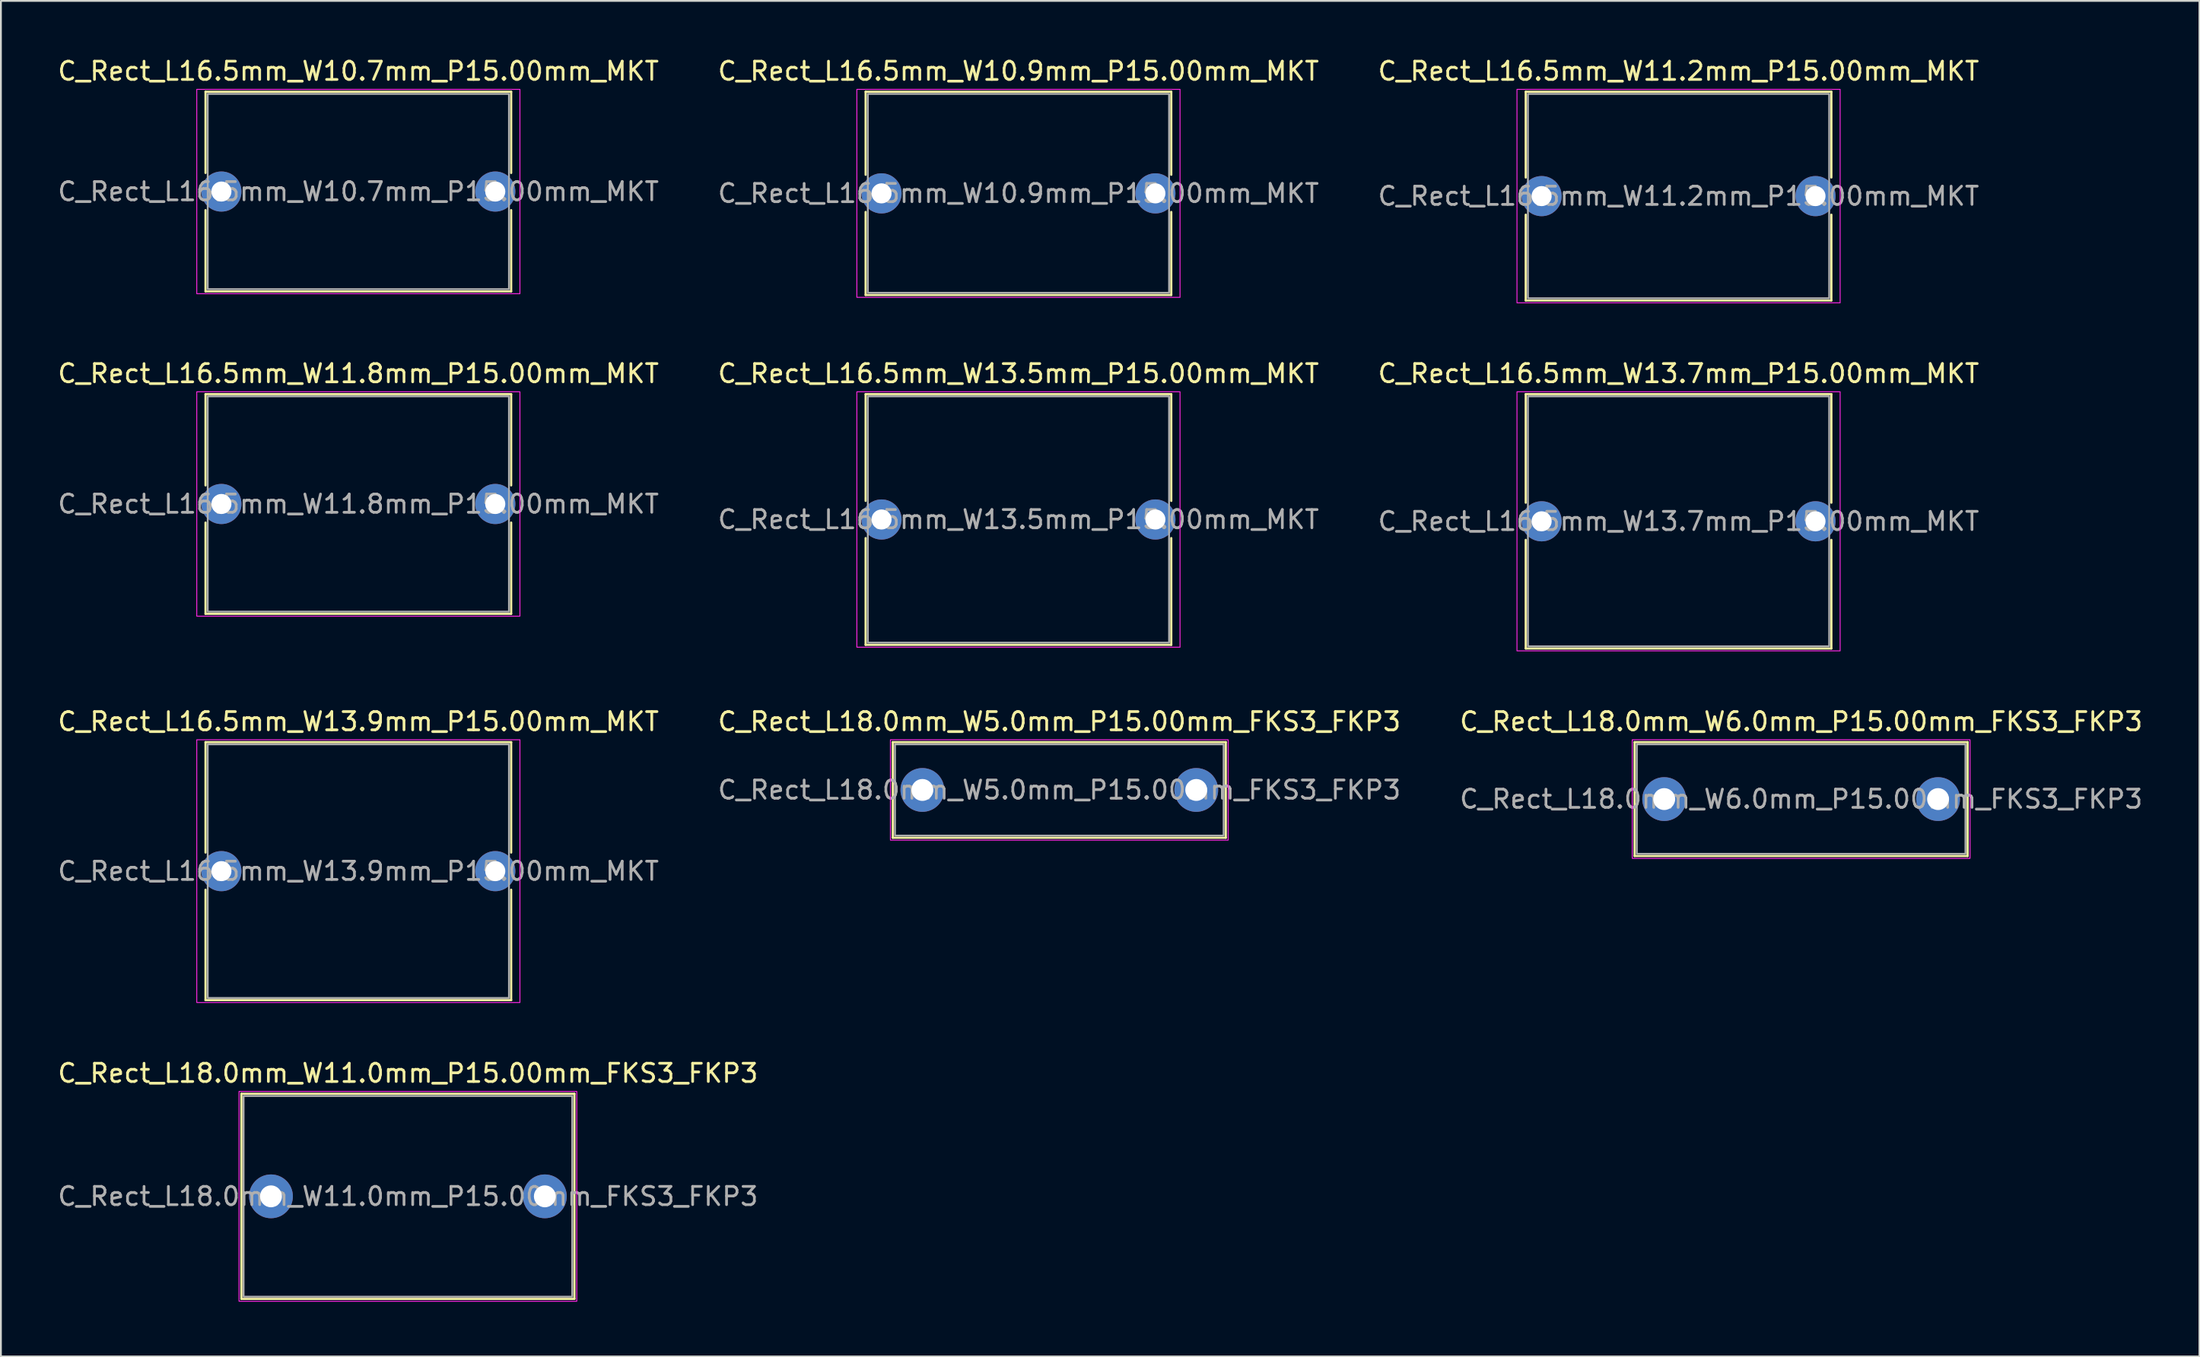
<source format=kicad_pcb>
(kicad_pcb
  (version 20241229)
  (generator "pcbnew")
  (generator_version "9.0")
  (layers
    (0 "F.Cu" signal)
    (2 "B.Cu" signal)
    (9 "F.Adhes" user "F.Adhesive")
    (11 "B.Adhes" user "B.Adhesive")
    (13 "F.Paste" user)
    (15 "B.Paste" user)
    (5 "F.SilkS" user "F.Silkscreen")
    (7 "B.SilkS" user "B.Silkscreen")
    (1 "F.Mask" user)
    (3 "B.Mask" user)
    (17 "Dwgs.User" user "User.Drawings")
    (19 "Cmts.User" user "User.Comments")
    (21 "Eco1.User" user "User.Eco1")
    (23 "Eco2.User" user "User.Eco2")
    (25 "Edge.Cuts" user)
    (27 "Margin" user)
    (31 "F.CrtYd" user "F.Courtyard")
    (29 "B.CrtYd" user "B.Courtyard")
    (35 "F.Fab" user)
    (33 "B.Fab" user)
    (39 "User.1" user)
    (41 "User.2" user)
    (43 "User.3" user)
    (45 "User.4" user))
  (footprint "C_Rect_L16.5mm_W11.8mm_P15.00mm_MKT"
    (layer "F.Cu")
    (at 9.077 24.572)
    (property "Reference" "C_Rect_L16.5mm_W11.8mm_P15.00mm_MKT" (at 7.5 -7.15 0) (layer "F.SilkS") (effects (font (size 1 1) (thickness 0.15))))
    (attr through_hole)
    (fp_line (start -0.87 -6.02) (end 15.87 -6.02) (stroke (width 0.12) (type solid)) (layer "F.SilkS"))
    (fp_line (start -0.87 -1.019) (end -0.87 -6.02) (stroke (width 0.12) (type solid)) (layer "F.SilkS"))
    (fp_line (start -0.87 6.02) (end -0.87 1.019) (stroke (width 0.12) (type solid)) (layer "F.SilkS"))
    (fp_line (start 15.87 -6.02) (end 15.87 -1.019) (stroke (width 0.12) (type solid)) (layer "F.SilkS"))
    (fp_line (start 15.87 1.019) (end 15.87 6.02) (stroke (width 0.12) (type solid)) (layer "F.SilkS"))
    (fp_line (start 15.87 6.02) (end -0.87 6.02) (stroke (width 0.12) (type solid)) (layer "F.SilkS"))
    (fp_rect (start -1.35 -6.15) (end 16.35 6.15) (stroke (width 0.05) (type solid)) (fill no) (layer "F.CrtYd"))
    (fp_rect (start -0.75 -5.9) (end 15.75 5.9) (stroke (width 0.1) (type solid)) (fill no) (layer "F.Fab"))
    (fp_text user "${REFERENCE}" (at 7.5 0 0) (layer "F.Fab") (effects (font (size 1 1) (thickness 0.15))))
    (pad "1" thru_hole circle (at 0 0) (size 2.2 2.2) (drill 1.1) (layers "*.Cu" "*.Mask"))
    (pad "2" thru_hole circle (at 15 0) (size 2.2 2.2) (drill 1.1) (layers "*.Cu" "*.Mask")))
  (footprint "C_Rect_L18.0mm_W6.0mm_P15.00mm_FKS3_FKP3"
    (layer "F.Cu")
    (at 88.101 40.745)
    (property "Reference" "C_Rect_L18.0mm_W6.0mm_P15.00mm_FKS3_FKP3" (at 7.5 -4.25 0) (layer "F.SilkS") (effects (font (size 1 1) (thickness 0.15))))
    (attr through_hole)
    (fp_line (start -1.62 -3.12) (end 16.62 -3.12) (stroke (width 0.12) (type solid)) (layer "F.SilkS"))
    (fp_line (start -1.62 3.12) (end -1.62 -3.12) (stroke (width 0.12) (type solid)) (layer "F.SilkS"))
    (fp_line (start 16.62 -3.12) (end 16.62 3.12) (stroke (width 0.12) (type solid)) (layer "F.SilkS"))
    (fp_line (start 16.62 3.12) (end -1.62 3.12) (stroke (width 0.12) (type solid)) (layer "F.SilkS"))
    (fp_rect (start -1.75 -3.25) (end 16.75 3.25) (stroke (width 0.05) (type solid)) (fill no) (layer "F.CrtYd"))
    (fp_rect (start -1.5 -3) (end 16.5 3) (stroke (width 0.1) (type solid)) (fill no) (layer "F.Fab"))
    (fp_text user "${REFERENCE}" (at 7.5 0 0) (layer "F.Fab") (effects (font (size 1 1) (thickness 0.15))))
    (pad "1" thru_hole circle (at 0 0) (size 2.4 2.4) (drill 1.2) (layers "*.Cu" "*.Mask"))
    (pad "2" thru_hole circle (at 15 0) (size 2.4 2.4) (drill 1.2) (layers "*.Cu" "*.Mask")))
  (footprint "C_Rect_L16.5mm_W13.9mm_P15.00mm_MKT"
    (layer "F.Cu")
    (at 9.077 44.695)
    (property "Reference" "C_Rect_L16.5mm_W13.9mm_P15.00mm_MKT" (at 7.5 -8.2 0) (layer "F.SilkS") (effects (font (size 1 1) (thickness 0.15))))
    (attr through_hole)
    (fp_line (start -0.87 -7.07) (end 15.87 -7.07) (stroke (width 0.12) (type solid)) (layer "F.SilkS"))
    (fp_line (start -0.87 -1.019) (end -0.87 -7.07) (stroke (width 0.12) (type solid)) (layer "F.SilkS"))
    (fp_line (start -0.87 7.07) (end -0.87 1.019) (stroke (width 0.12) (type solid)) (layer "F.SilkS"))
    (fp_line (start 15.87 -7.07) (end 15.87 -1.019) (stroke (width 0.12) (type solid)) (layer "F.SilkS"))
    (fp_line (start 15.87 1.019) (end 15.87 7.07) (stroke (width 0.12) (type solid)) (layer "F.SilkS"))
    (fp_line (start 15.87 7.07) (end -0.87 7.07) (stroke (width 0.12) (type solid)) (layer "F.SilkS"))
    (fp_rect (start -1.35 -7.2) (end 16.35 7.2) (stroke (width 0.05) (type solid)) (fill no) (layer "F.CrtYd"))
    (fp_rect (start -0.75 -6.95) (end 15.75 6.95) (stroke (width 0.1) (type solid)) (fill no) (layer "F.Fab"))
    (fp_text user "${REFERENCE}" (at 7.5 0 0) (layer "F.Fab") (effects (font (size 1 1) (thickness 0.15))))
    (pad "1" thru_hole circle (at 0 0) (size 2.2 2.2) (drill 1.1) (layers "*.Cu" "*.Mask"))
    (pad "2" thru_hole circle (at 15 0) (size 2.2 2.2) (drill 1.1) (layers "*.Cu" "*.Mask")))
  (footprint "C_Rect_L16.5mm_W10.7mm_P15.00mm_MKT"
    (layer "F.Cu")
    (at 9.077 7.448)
    (property "Reference" "C_Rect_L16.5mm_W10.7mm_P15.00mm_MKT" (at 7.5 -6.6 0) (layer "F.SilkS") (effects (font (size 1 1) (thickness 0.15))))
    (attr through_hole)
    (fp_line (start -0.87 -5.47) (end 15.87 -5.47) (stroke (width 0.12) (type solid)) (layer "F.SilkS"))
    (fp_line (start -0.87 -1.019) (end -0.87 -5.47) (stroke (width 0.12) (type solid)) (layer "F.SilkS"))
    (fp_line (start -0.87 5.47) (end -0.87 1.019) (stroke (width 0.12) (type solid)) (layer "F.SilkS"))
    (fp_line (start 15.87 -5.47) (end 15.87 -1.019) (stroke (width 0.12) (type solid)) (layer "F.SilkS"))
    (fp_line (start 15.87 1.019) (end 15.87 5.47) (stroke (width 0.12) (type solid)) (layer "F.SilkS"))
    (fp_line (start 15.87 5.47) (end -0.87 5.47) (stroke (width 0.12) (type solid)) (layer "F.SilkS"))
    (fp_rect (start -1.35 -5.6) (end 16.35 5.6) (stroke (width 0.05) (type solid)) (fill no) (layer "F.CrtYd"))
    (fp_rect (start -0.75 -5.35) (end 15.75 5.35) (stroke (width 0.1) (type solid)) (fill no) (layer "F.Fab"))
    (fp_text user "${REFERENCE}" (at 7.5 0 0) (layer "F.Fab") (effects (font (size 1 1) (thickness 0.15))))
    (pad "1" thru_hole circle (at 0 0) (size 2.2 2.2) (drill 1.1) (layers "*.Cu" "*.Mask"))
    (pad "2" thru_hole circle (at 15 0) (size 2.2 2.2) (drill 1.1) (layers "*.Cu" "*.Mask")))
  (footprint "C_Rect_L16.5mm_W10.9mm_P15.00mm_MKT"
    (layer "F.Cu")
    (at 45.232 7.548)
    (property "Reference" "C_Rect_L16.5mm_W10.9mm_P15.00mm_MKT" (at 7.5 -6.7 0) (layer "F.SilkS") (effects (font (size 1 1) (thickness 0.15))))
    (attr through_hole)
    (fp_line (start -0.87 -5.57) (end 15.87 -5.57) (stroke (width 0.12) (type solid)) (layer "F.SilkS"))
    (fp_line (start -0.87 -1.019) (end -0.87 -5.57) (stroke (width 0.12) (type solid)) (layer "F.SilkS"))
    (fp_line (start -0.87 5.57) (end -0.87 1.019) (stroke (width 0.12) (type solid)) (layer "F.SilkS"))
    (fp_line (start 15.87 -5.57) (end 15.87 -1.019) (stroke (width 0.12) (type solid)) (layer "F.SilkS"))
    (fp_line (start 15.87 1.019) (end 15.87 5.57) (stroke (width 0.12) (type solid)) (layer "F.SilkS"))
    (fp_line (start 15.87 5.57) (end -0.87 5.57) (stroke (width 0.12) (type solid)) (layer "F.SilkS"))
    (fp_rect (start -1.35 -5.7) (end 16.35 5.7) (stroke (width 0.05) (type solid)) (fill no) (layer "F.CrtYd"))
    (fp_rect (start -0.75 -5.45) (end 15.75 5.45) (stroke (width 0.1) (type solid)) (fill no) (layer "F.Fab"))
    (fp_text user "${REFERENCE}" (at 7.5 0 0) (layer "F.Fab") (effects (font (size 1 1) (thickness 0.15))))
    (pad "1" thru_hole circle (at 0 0) (size 2.2 2.2) (drill 1.1) (layers "*.Cu" "*.Mask"))
    (pad "2" thru_hole circle (at 15 0) (size 2.2 2.2) (drill 1.1) (layers "*.Cu" "*.Mask")))
  (footprint "C_Rect_L16.5mm_W13.7mm_P15.00mm_MKT"
    (layer "F.Cu")
    (at 81.387 25.521)
    (property "Reference" "C_Rect_L16.5mm_W13.7mm_P15.00mm_MKT" (at 7.5 -8.1 0) (layer "F.SilkS") (effects (font (size 1 1) (thickness 0.15))))
    (attr through_hole)
    (fp_line (start -0.87 -6.97) (end 15.87 -6.97) (stroke (width 0.12) (type solid)) (layer "F.SilkS"))
    (fp_line (start -0.87 -1.019) (end -0.87 -6.97) (stroke (width 0.12) (type solid)) (layer "F.SilkS"))
    (fp_line (start -0.87 6.97) (end -0.87 1.019) (stroke (width 0.12) (type solid)) (layer "F.SilkS"))
    (fp_line (start 15.87 -6.97) (end 15.87 -1.019) (stroke (width 0.12) (type solid)) (layer "F.SilkS"))
    (fp_line (start 15.87 1.019) (end 15.87 6.97) (stroke (width 0.12) (type solid)) (layer "F.SilkS"))
    (fp_line (start 15.87 6.97) (end -0.87 6.97) (stroke (width 0.12) (type solid)) (layer "F.SilkS"))
    (fp_rect (start -1.35 -7.1) (end 16.35 7.1) (stroke (width 0.05) (type solid)) (fill no) (layer "F.CrtYd"))
    (fp_rect (start -0.75 -6.85) (end 15.75 6.85) (stroke (width 0.1) (type solid)) (fill no) (layer "F.Fab"))
    (fp_text user "${REFERENCE}" (at 7.5 0 0) (layer "F.Fab") (effects (font (size 1 1) (thickness 0.15))))
    (pad "1" thru_hole circle (at 0 0) (size 2.2 2.2) (drill 1.1) (layers "*.Cu" "*.Mask"))
    (pad "2" thru_hole circle (at 15 0) (size 2.2 2.2) (drill 1.1) (layers "*.Cu" "*.Mask")))
  (footprint "C_Rect_L18.0mm_W5.0mm_P15.00mm_FKS3_FKP3"
    (layer "F.Cu")
    (at 47.47 40.245)
    (property "Reference" "C_Rect_L18.0mm_W5.0mm_P15.00mm_FKS3_FKP3" (at 7.5 -3.75 0) (layer "F.SilkS") (effects (font (size 1 1) (thickness 0.15))))
    (attr through_hole)
    (fp_line (start -1.62 -2.62) (end 16.62 -2.62) (stroke (width 0.12) (type solid)) (layer "F.SilkS"))
    (fp_line (start -1.62 2.62) (end -1.62 -2.62) (stroke (width 0.12) (type solid)) (layer "F.SilkS"))
    (fp_line (start 16.62 -2.62) (end 16.62 2.62) (stroke (width 0.12) (type solid)) (layer "F.SilkS"))
    (fp_line (start 16.62 2.62) (end -1.62 2.62) (stroke (width 0.12) (type solid)) (layer "F.SilkS"))
    (fp_rect (start -1.75 -2.75) (end 16.75 2.75) (stroke (width 0.05) (type solid)) (fill no) (layer "F.CrtYd"))
    (fp_rect (start -1.5 -2.5) (end 16.5 2.5) (stroke (width 0.1) (type solid)) (fill no) (layer "F.Fab"))
    (fp_text user "${REFERENCE}" (at 7.5 0 0) (layer "F.Fab") (effects (font (size 1 1) (thickness 0.15))))
    (pad "1" thru_hole circle (at 0 0) (size 2.4 2.4) (drill 1.2) (layers "*.Cu" "*.Mask"))
    (pad "2" thru_hole circle (at 15 0) (size 2.4 2.4) (drill 1.2) (layers "*.Cu" "*.Mask")))
  (footprint "C_Rect_L18.0mm_W11.0mm_P15.00mm_FKS3_FKP3"
    (layer "F.Cu")
    (at 11.792 62.518)
    (property "Reference" "C_Rect_L18.0mm_W11.0mm_P15.00mm_FKS3_FKP3" (at 7.5 -6.75 0) (layer "F.SilkS") (effects (font (size 1 1) (thickness 0.15))))
    (attr through_hole)
    (fp_line (start -1.62 -5.62) (end 16.62 -5.62) (stroke (width 0.12) (type solid)) (layer "F.SilkS"))
    (fp_line (start -1.62 5.62) (end -1.62 -5.62) (stroke (width 0.12) (type solid)) (layer "F.SilkS"))
    (fp_line (start 16.62 -5.62) (end 16.62 5.62) (stroke (width 0.12) (type solid)) (layer "F.SilkS"))
    (fp_line (start 16.62 5.62) (end -1.62 5.62) (stroke (width 0.12) (type solid)) (layer "F.SilkS"))
    (fp_rect (start -1.75 -5.75) (end 16.75 5.75) (stroke (width 0.05) (type solid)) (fill no) (layer "F.CrtYd"))
    (fp_rect (start -1.5 -5.5) (end 16.5 5.5) (stroke (width 0.1) (type solid)) (fill no) (layer "F.Fab"))
    (fp_text user "${REFERENCE}" (at 7.5 0 0) (layer "F.Fab") (effects (font (size 1 1) (thickness 0.15))))
    (pad "1" thru_hole circle (at 0 0) (size 2.4 2.4) (drill 1.2) (layers "*.Cu" "*.Mask"))
    (pad "2" thru_hole circle (at 15 0) (size 2.4 2.4) (drill 1.2) (layers "*.Cu" "*.Mask")))
  (footprint "C_Rect_L16.5mm_W13.5mm_P15.00mm_MKT"
    (layer "F.Cu")
    (at 45.232 25.422)
    (property "Reference" "C_Rect_L16.5mm_W13.5mm_P15.00mm_MKT" (at 7.5 -8 0) (layer "F.SilkS") (effects (font (size 1 1) (thickness 0.15))))
    (attr through_hole)
    (fp_line (start -0.87 -6.87) (end 15.87 -6.87) (stroke (width 0.12) (type solid)) (layer "F.SilkS"))
    (fp_line (start -0.87 -1.019) (end -0.87 -6.87) (stroke (width 0.12) (type solid)) (layer "F.SilkS"))
    (fp_line (start -0.87 6.87) (end -0.87 1.019) (stroke (width 0.12) (type solid)) (layer "F.SilkS"))
    (fp_line (start 15.87 -6.87) (end 15.87 -1.019) (stroke (width 0.12) (type solid)) (layer "F.SilkS"))
    (fp_line (start 15.87 1.019) (end 15.87 6.87) (stroke (width 0.12) (type solid)) (layer "F.SilkS"))
    (fp_line (start 15.87 6.87) (end -0.87 6.87) (stroke (width 0.12) (type solid)) (layer "F.SilkS"))
    (fp_rect (start -1.35 -7) (end 16.35 7) (stroke (width 0.05) (type solid)) (fill no) (layer "F.CrtYd"))
    (fp_rect (start -0.75 -6.75) (end 15.75 6.75) (stroke (width 0.1) (type solid)) (fill no) (layer "F.Fab"))
    (fp_text user "${REFERENCE}" (at 7.5 0 0) (layer "F.Fab") (effects (font (size 1 1) (thickness 0.15))))
    (pad "1" thru_hole circle (at 0 0) (size 2.2 2.2) (drill 1.1) (layers "*.Cu" "*.Mask"))
    (pad "2" thru_hole circle (at 15 0) (size 2.2 2.2) (drill 1.1) (layers "*.Cu" "*.Mask")))
  (footprint "C_Rect_L16.5mm_W11.2mm_P15.00mm_MKT"
    (layer "F.Cu")
    (at 81.387 7.698)
    (property "Reference" "C_Rect_L16.5mm_W11.2mm_P15.00mm_MKT" (at 7.5 -6.85 0) (layer "F.SilkS") (effects (font (size 1 1) (thickness 0.15))))
    (attr through_hole)
    (fp_line (start -0.87 -5.72) (end 15.87 -5.72) (stroke (width 0.12) (type solid)) (layer "F.SilkS"))
    (fp_line (start -0.87 -1.019) (end -0.87 -5.72) (stroke (width 0.12) (type solid)) (layer "F.SilkS"))
    (fp_line (start -0.87 5.72) (end -0.87 1.019) (stroke (width 0.12) (type solid)) (layer "F.SilkS"))
    (fp_line (start 15.87 -5.72) (end 15.87 -1.019) (stroke (width 0.12) (type solid)) (layer "F.SilkS"))
    (fp_line (start 15.87 1.019) (end 15.87 5.72) (stroke (width 0.12) (type solid)) (layer "F.SilkS"))
    (fp_line (start 15.87 5.72) (end -0.87 5.72) (stroke (width 0.12) (type solid)) (layer "F.SilkS"))
    (fp_rect (start -1.35 -5.85) (end 16.35 5.85) (stroke (width 0.05) (type solid)) (fill no) (layer "F.CrtYd"))
    (fp_rect (start -0.75 -5.6) (end 15.75 5.6) (stroke (width 0.1) (type solid)) (fill no) (layer "F.Fab"))
    (fp_text user "${REFERENCE}" (at 7.5 0 0) (layer "F.Fab") (effects (font (size 1 1) (thickness 0.15))))
    (pad "1" thru_hole circle (at 0 0) (size 2.2 2.2) (drill 1.1) (layers "*.Cu" "*.Mask"))
    (pad "2" thru_hole circle (at 15 0) (size 2.2 2.2) (drill 1.1) (layers "*.Cu" "*.Mask")))
  (gr_rect
    (start -3 -3)
    (end 117.417 71.293)
    (stroke (width 0.1) (type default))
    (fill no)
    (layer "Edge.Cuts")))
</source>
